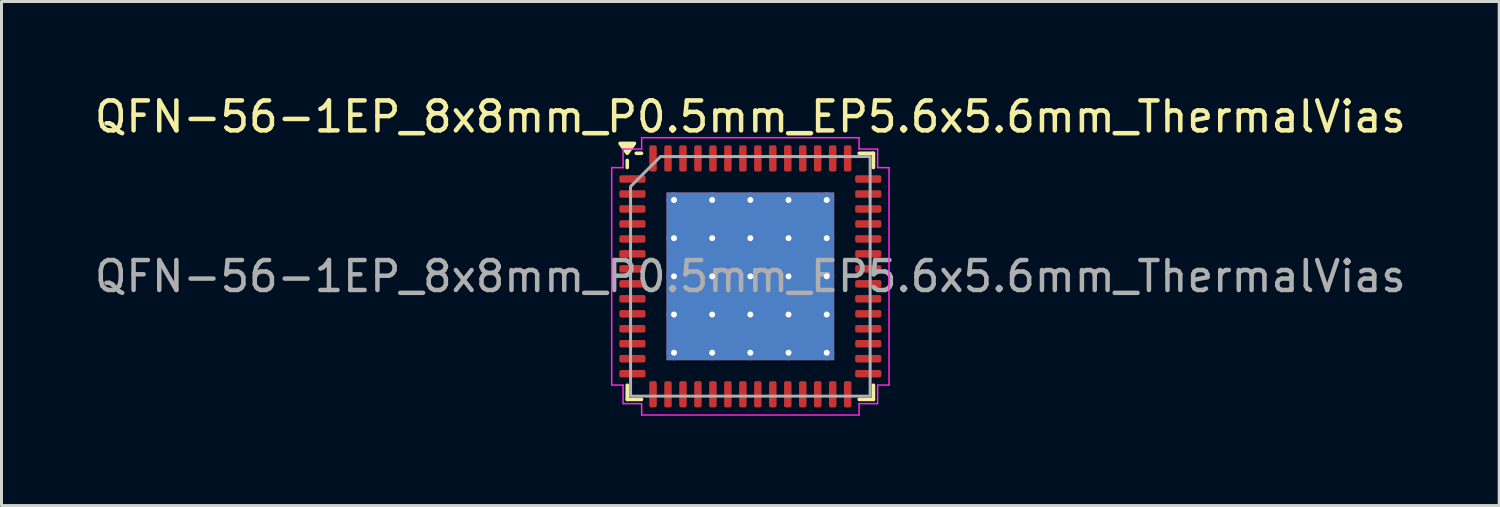
<source format=kicad_pcb>
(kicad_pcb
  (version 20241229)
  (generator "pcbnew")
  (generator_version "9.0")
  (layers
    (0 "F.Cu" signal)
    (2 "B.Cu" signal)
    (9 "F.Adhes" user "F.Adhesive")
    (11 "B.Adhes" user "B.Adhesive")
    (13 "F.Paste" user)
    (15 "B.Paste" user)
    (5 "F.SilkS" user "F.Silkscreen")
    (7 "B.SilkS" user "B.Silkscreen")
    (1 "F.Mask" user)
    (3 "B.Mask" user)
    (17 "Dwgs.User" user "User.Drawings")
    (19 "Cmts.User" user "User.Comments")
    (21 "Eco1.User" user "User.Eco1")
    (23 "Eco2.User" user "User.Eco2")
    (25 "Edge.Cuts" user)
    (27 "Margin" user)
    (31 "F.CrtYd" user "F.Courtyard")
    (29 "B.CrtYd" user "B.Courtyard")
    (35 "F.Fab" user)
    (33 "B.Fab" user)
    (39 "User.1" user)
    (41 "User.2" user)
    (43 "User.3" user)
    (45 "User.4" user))
  (footprint "QFN-56-1EP_8x8mm_P0.5mm_EP5.6x5.6mm_ThermalVias"
    (layer "F.Cu")
    (at 22.006 6.178)
    (property "Reference" "QFN-56-1EP_8x8mm_P0.5mm_EP5.6x5.6mm_ThermalVias" (at 0 -5.33 0) (layer "F.SilkS") (effects (font (size 1 1) (thickness 0.15))))
    (attr smd)
    (fp_line (start -4.11 -3.635) (end -4.11 -3.87) (stroke (width 0.12) (type solid)) (layer "F.SilkS"))
    (fp_line (start -4.11 4.11) (end -4.11 3.635) (stroke (width 0.12) (type solid)) (layer "F.SilkS"))
    (fp_line (start -3.635 -4.11) (end -3.81 -4.11) (stroke (width 0.12) (type solid)) (layer "F.SilkS"))
    (fp_line (start -3.635 4.11) (end -4.11 4.11) (stroke (width 0.12) (type solid)) (layer "F.SilkS"))
    (fp_line (start 3.635 -4.11) (end 4.11 -4.11) (stroke (width 0.12) (type solid)) (layer "F.SilkS"))
    (fp_line (start 3.635 4.11) (end 4.11 4.11) (stroke (width 0.12) (type solid)) (layer "F.SilkS"))
    (fp_line (start 4.11 -4.11) (end 4.11 -3.635) (stroke (width 0.12) (type solid)) (layer "F.SilkS"))
    (fp_line (start 4.11 4.11) (end 4.11 3.635) (stroke (width 0.12) (type solid)) (layer "F.SilkS"))
    (fp_poly (pts (xy -4.11 -4.11) (xy -4.35 -4.44) (xy -3.87 -4.44)) (stroke (width 0.12) (type solid)) (fill yes) (layer "F.SilkS"))
    (fp_line (start -4.63 -3.63) (end -4.25 -3.63) (stroke (width 0.05) (type solid)) (layer "F.CrtYd"))
    (fp_line (start -4.63 3.63) (end -4.63 -3.63) (stroke (width 0.05) (type solid)) (layer "F.CrtYd"))
    (fp_line (start -4.25 -4.25) (end -3.63 -4.25) (stroke (width 0.05) (type solid)) (layer "F.CrtYd"))
    (fp_line (start -4.25 -3.63) (end -4.25 -4.25) (stroke (width 0.05) (type solid)) (layer "F.CrtYd"))
    (fp_line (start -4.25 3.63) (end -4.63 3.63) (stroke (width 0.05) (type solid)) (layer "F.CrtYd"))
    (fp_line (start -4.25 4.25) (end -4.25 3.63) (stroke (width 0.05) (type solid)) (layer "F.CrtYd"))
    (fp_line (start -3.63 -4.63) (end 3.63 -4.63) (stroke (width 0.05) (type solid)) (layer "F.CrtYd"))
    (fp_line (start -3.63 -4.25) (end -3.63 -4.63) (stroke (width 0.05) (type solid)) (layer "F.CrtYd"))
    (fp_line (start -3.63 4.25) (end -4.25 4.25) (stroke (width 0.05) (type solid)) (layer "F.CrtYd"))
    (fp_line (start -3.63 4.63) (end -3.63 4.25) (stroke (width 0.05) (type solid)) (layer "F.CrtYd"))
    (fp_line (start 3.63 -4.63) (end 3.63 -4.25) (stroke (width 0.05) (type solid)) (layer "F.CrtYd"))
    (fp_line (start 3.63 -4.25) (end 4.25 -4.25) (stroke (width 0.05) (type solid)) (layer "F.CrtYd"))
    (fp_line (start 3.63 4.25) (end 3.63 4.63) (stroke (width 0.05) (type solid)) (layer "F.CrtYd"))
    (fp_line (start 3.63 4.63) (end -3.63 4.63) (stroke (width 0.05) (type solid)) (layer "F.CrtYd"))
    (fp_line (start 4.25 -4.25) (end 4.25 -3.63) (stroke (width 0.05) (type solid)) (layer "F.CrtYd"))
    (fp_line (start 4.25 -3.63) (end 4.63 -3.63) (stroke (width 0.05) (type solid)) (layer "F.CrtYd"))
    (fp_line (start 4.25 3.63) (end 4.25 4.25) (stroke (width 0.05) (type solid)) (layer "F.CrtYd"))
    (fp_line (start 4.25 4.25) (end 3.63 4.25) (stroke (width 0.05) (type solid)) (layer "F.CrtYd"))
    (fp_line (start 4.63 -3.63) (end 4.63 3.63) (stroke (width 0.05) (type solid)) (layer "F.CrtYd"))
    (fp_line (start 4.63 3.63) (end 4.25 3.63) (stroke (width 0.05) (type solid)) (layer "F.CrtYd"))
    (fp_poly (pts (xy -4 -3) (xy -4 4) (xy 4 4) (xy 4 -4) (xy -3 -4)) (stroke (width 0.1) (type solid)) (fill no) (layer "F.Fab"))
    (fp_text user "${REFERENCE}" (at 0 0 0) (layer "F.Fab") (effects (font (size 1 1) (thickness 0.15))))
    (pad "" smd roundrect (at -2.1 -2.1) (size 1.08 1.08) (layers "F.Paste") (roundrect_rratio 0.231))
    (pad "" smd roundrect (at -2.1 -0.7) (size 1.08 1.08) (layers "F.Paste") (roundrect_rratio 0.231))
    (pad "" smd roundrect (at -2.1 0.7) (size 1.08 1.08) (layers "F.Paste") (roundrect_rratio 0.231))
    (pad "" smd roundrect (at -2.1 2.1) (size 1.08 1.08) (layers "F.Paste") (roundrect_rratio 0.231))
    (pad "" smd roundrect (at -0.7 -2.1) (size 1.08 1.08) (layers "F.Paste") (roundrect_rratio 0.231))
    (pad "" smd roundrect (at -0.7 -0.7) (size 1.08 1.08) (layers "F.Paste") (roundrect_rratio 0.231))
    (pad "" smd roundrect (at -0.7 0.7) (size 1.08 1.08) (layers "F.Paste") (roundrect_rratio 0.231))
    (pad "" smd roundrect (at -0.7 2.1) (size 1.08 1.08) (layers "F.Paste") (roundrect_rratio 0.231))
    (pad "" smd roundrect (at 0.7 -2.1) (size 1.08 1.08) (layers "F.Paste") (roundrect_rratio 0.231))
    (pad "" smd roundrect (at 0.7 -0.7) (size 1.08 1.08) (layers "F.Paste") (roundrect_rratio 0.231))
    (pad "" smd roundrect (at 0.7 0.7) (size 1.08 1.08) (layers "F.Paste") (roundrect_rratio 0.231))
    (pad "" smd roundrect (at 0.7 2.1) (size 1.08 1.08) (layers "F.Paste") (roundrect_rratio 0.231))
    (pad "" smd roundrect (at 2.1 -2.1) (size 1.08 1.08) (layers "F.Paste") (roundrect_rratio 0.231))
    (pad "" smd roundrect (at 2.1 -0.7) (size 1.08 1.08) (layers "F.Paste") (roundrect_rratio 0.231))
    (pad "" smd roundrect (at 2.1 0.7) (size 1.08 1.08) (layers "F.Paste") (roundrect_rratio 0.231))
    (pad "" smd roundrect (at 2.1 2.1) (size 1.08 1.08) (layers "F.Paste") (roundrect_rratio 0.231))
    (pad "1" smd roundrect (at -3.938 -3.25) (size 0.875 0.25) (layers "F.Cu" "F.Mask" "F.Paste") (roundrect_rratio 0.25))
    (pad "2" smd roundrect (at -3.938 -2.75) (size 0.875 0.25) (layers "F.Cu" "F.Mask" "F.Paste") (roundrect_rratio 0.25))
    (pad "3" smd roundrect (at -3.938 -2.25) (size 0.875 0.25) (layers "F.Cu" "F.Mask" "F.Paste") (roundrect_rratio 0.25))
    (pad "4" smd roundrect (at -3.938 -1.75) (size 0.875 0.25) (layers "F.Cu" "F.Mask" "F.Paste") (roundrect_rratio 0.25))
    (pad "5" smd roundrect (at -3.938 -1.25) (size 0.875 0.25) (layers "F.Cu" "F.Mask" "F.Paste") (roundrect_rratio 0.25))
    (pad "6" smd roundrect (at -3.938 -0.75) (size 0.875 0.25) (layers "F.Cu" "F.Mask" "F.Paste") (roundrect_rratio 0.25))
    (pad "7" smd roundrect (at -3.938 -0.25) (size 0.875 0.25) (layers "F.Cu" "F.Mask" "F.Paste") (roundrect_rratio 0.25))
    (pad "8" smd roundrect (at -3.938 0.25) (size 0.875 0.25) (layers "F.Cu" "F.Mask" "F.Paste") (roundrect_rratio 0.25))
    (pad "9" smd roundrect (at -3.938 0.75) (size 0.875 0.25) (layers "F.Cu" "F.Mask" "F.Paste") (roundrect_rratio 0.25))
    (pad "10" smd roundrect (at -3.938 1.25) (size 0.875 0.25) (layers "F.Cu" "F.Mask" "F.Paste") (roundrect_rratio 0.25))
    (pad "11" smd roundrect (at -3.938 1.75) (size 0.875 0.25) (layers "F.Cu" "F.Mask" "F.Paste") (roundrect_rratio 0.25))
    (pad "12" smd roundrect (at -3.938 2.25) (size 0.875 0.25) (layers "F.Cu" "F.Mask" "F.Paste") (roundrect_rratio 0.25))
    (pad "13" smd roundrect (at -3.938 2.75) (size 0.875 0.25) (layers "F.Cu" "F.Mask" "F.Paste") (roundrect_rratio 0.25))
    (pad "14" smd roundrect (at -3.938 3.25) (size 0.875 0.25) (layers "F.Cu" "F.Mask" "F.Paste") (roundrect_rratio 0.25))
    (pad "15" smd roundrect (at -3.25 3.938) (size 0.25 0.875) (layers "F.Cu" "F.Mask" "F.Paste") (roundrect_rratio 0.25))
    (pad "16" smd roundrect (at -2.75 3.938) (size 0.25 0.875) (layers "F.Cu" "F.Mask" "F.Paste") (roundrect_rratio 0.25))
    (pad "17" smd roundrect (at -2.25 3.938) (size 0.25 0.875) (layers "F.Cu" "F.Mask" "F.Paste") (roundrect_rratio 0.25))
    (pad "18" smd roundrect (at -1.75 3.938) (size 0.25 0.875) (layers "F.Cu" "F.Mask" "F.Paste") (roundrect_rratio 0.25))
    (pad "19" smd roundrect (at -1.25 3.938) (size 0.25 0.875) (layers "F.Cu" "F.Mask" "F.Paste") (roundrect_rratio 0.25))
    (pad "20" smd roundrect (at -0.75 3.938) (size 0.25 0.875) (layers "F.Cu" "F.Mask" "F.Paste") (roundrect_rratio 0.25))
    (pad "21" smd roundrect (at -0.25 3.938) (size 0.25 0.875) (layers "F.Cu" "F.Mask" "F.Paste") (roundrect_rratio 0.25))
    (pad "22" smd roundrect (at 0.25 3.938) (size 0.25 0.875) (layers "F.Cu" "F.Mask" "F.Paste") (roundrect_rratio 0.25))
    (pad "23" smd roundrect (at 0.75 3.938) (size 0.25 0.875) (layers "F.Cu" "F.Mask" "F.Paste") (roundrect_rratio 0.25))
    (pad "24" smd roundrect (at 1.25 3.938) (size 0.25 0.875) (layers "F.Cu" "F.Mask" "F.Paste") (roundrect_rratio 0.25))
    (pad "25" smd roundrect (at 1.75 3.938) (size 0.25 0.875) (layers "F.Cu" "F.Mask" "F.Paste") (roundrect_rratio 0.25))
    (pad "26" smd roundrect (at 2.25 3.938) (size 0.25 0.875) (layers "F.Cu" "F.Mask" "F.Paste") (roundrect_rratio 0.25))
    (pad "27" smd roundrect (at 2.75 3.938) (size 0.25 0.875) (layers "F.Cu" "F.Mask" "F.Paste") (roundrect_rratio 0.25))
    (pad "28" smd roundrect (at 3.25 3.938) (size 0.25 0.875) (layers "F.Cu" "F.Mask" "F.Paste") (roundrect_rratio 0.25))
    (pad "29" smd roundrect (at 3.938 3.25) (size 0.875 0.25) (layers "F.Cu" "F.Mask" "F.Paste") (roundrect_rratio 0.25))
    (pad "30" smd roundrect (at 3.938 2.75) (size 0.875 0.25) (layers "F.Cu" "F.Mask" "F.Paste") (roundrect_rratio 0.25))
    (pad "31" smd roundrect (at 3.938 2.25) (size 0.875 0.25) (layers "F.Cu" "F.Mask" "F.Paste") (roundrect_rratio 0.25))
    (pad "32" smd roundrect (at 3.938 1.75) (size 0.875 0.25) (layers "F.Cu" "F.Mask" "F.Paste") (roundrect_rratio 0.25))
    (pad "33" smd roundrect (at 3.938 1.25) (size 0.875 0.25) (layers "F.Cu" "F.Mask" "F.Paste") (roundrect_rratio 0.25))
    (pad "34" smd roundrect (at 3.938 0.75) (size 0.875 0.25) (layers "F.Cu" "F.Mask" "F.Paste") (roundrect_rratio 0.25))
    (pad "35" smd roundrect (at 3.938 0.25) (size 0.875 0.25) (layers "F.Cu" "F.Mask" "F.Paste") (roundrect_rratio 0.25))
    (pad "36" smd roundrect (at 3.938 -0.25) (size 0.875 0.25) (layers "F.Cu" "F.Mask" "F.Paste") (roundrect_rratio 0.25))
    (pad "37" smd roundrect (at 3.938 -0.75) (size 0.875 0.25) (layers "F.Cu" "F.Mask" "F.Paste") (roundrect_rratio 0.25))
    (pad "38" smd roundrect (at 3.938 -1.25) (size 0.875 0.25) (layers "F.Cu" "F.Mask" "F.Paste") (roundrect_rratio 0.25))
    (pad "39" smd roundrect (at 3.938 -1.75) (size 0.875 0.25) (layers "F.Cu" "F.Mask" "F.Paste") (roundrect_rratio 0.25))
    (pad "40" smd roundrect (at 3.938 -2.25) (size 0.875 0.25) (layers "F.Cu" "F.Mask" "F.Paste") (roundrect_rratio 0.25))
    (pad "41" smd roundrect (at 3.938 -2.75) (size 0.875 0.25) (layers "F.Cu" "F.Mask" "F.Paste") (roundrect_rratio 0.25))
    (pad "42" smd roundrect (at 3.938 -3.25) (size 0.875 0.25) (layers "F.Cu" "F.Mask" "F.Paste") (roundrect_rratio 0.25))
    (pad "43" smd roundrect (at 3.25 -3.938) (size 0.25 0.875) (layers "F.Cu" "F.Mask" "F.Paste") (roundrect_rratio 0.25))
    (pad "44" smd roundrect (at 2.75 -3.938) (size 0.25 0.875) (layers "F.Cu" "F.Mask" "F.Paste") (roundrect_rratio 0.25))
    (pad "45" smd roundrect (at 2.25 -3.938) (size 0.25 0.875) (layers "F.Cu" "F.Mask" "F.Paste") (roundrect_rratio 0.25))
    (pad "46" smd roundrect (at 1.75 -3.938) (size 0.25 0.875) (layers "F.Cu" "F.Mask" "F.Paste") (roundrect_rratio 0.25))
    (pad "47" smd roundrect (at 1.25 -3.938) (size 0.25 0.875) (layers "F.Cu" "F.Mask" "F.Paste") (roundrect_rratio 0.25))
    (pad "48" smd roundrect (at 0.75 -3.938) (size 0.25 0.875) (layers "F.Cu" "F.Mask" "F.Paste") (roundrect_rratio 0.25))
    (pad "49" smd roundrect (at 0.25 -3.938) (size 0.25 0.875) (layers "F.Cu" "F.Mask" "F.Paste") (roundrect_rratio 0.25))
    (pad "50" smd roundrect (at -0.25 -3.938) (size 0.25 0.875) (layers "F.Cu" "F.Mask" "F.Paste") (roundrect_rratio 0.25))
    (pad "51" smd roundrect (at -0.75 -3.938) (size 0.25 0.875) (layers "F.Cu" "F.Mask" "F.Paste") (roundrect_rratio 0.25))
    (pad "52" smd roundrect (at -1.25 -3.938) (size 0.25 0.875) (layers "F.Cu" "F.Mask" "F.Paste") (roundrect_rratio 0.25))
    (pad "53" smd roundrect (at -1.75 -3.938) (size 0.25 0.875) (layers "F.Cu" "F.Mask" "F.Paste") (roundrect_rratio 0.25))
    (pad "54" smd roundrect (at -2.25 -3.938) (size 0.25 0.875) (layers "F.Cu" "F.Mask" "F.Paste") (roundrect_rratio 0.25))
    (pad "55" smd roundrect (at -2.75 -3.938) (size 0.25 0.875) (layers "F.Cu" "F.Mask" "F.Paste") (roundrect_rratio 0.25))
    (pad "56" smd roundrect (at -3.25 -3.938) (size 0.25 0.875) (layers "F.Cu" "F.Mask" "F.Paste") (roundrect_rratio 0.25))
    (pad "57" thru_hole circle (at -2.55 -2.55) (size 0.5 0.5) (drill 0.2) (property pad_prop_heatsink) (layers "*.Cu"))
    (pad "57" thru_hole circle (at -2.55 -1.275) (size 0.5 0.5) (drill 0.2) (property pad_prop_heatsink) (layers "*.Cu"))
    (pad "57" thru_hole circle (at -2.55 0) (size 0.5 0.5) (drill 0.2) (property pad_prop_heatsink) (layers "*.Cu"))
    (pad "57" thru_hole circle (at -2.55 1.275) (size 0.5 0.5) (drill 0.2) (property pad_prop_heatsink) (layers "*.Cu"))
    (pad "57" thru_hole circle (at -2.55 2.55) (size 0.5 0.5) (drill 0.2) (property pad_prop_heatsink) (layers "*.Cu"))
    (pad "57" thru_hole circle (at -1.275 -2.55) (size 0.5 0.5) (drill 0.2) (property pad_prop_heatsink) (layers "*.Cu"))
    (pad "57" thru_hole circle (at -1.275 -1.275) (size 0.5 0.5) (drill 0.2) (property pad_prop_heatsink) (layers "*.Cu"))
    (pad "57" thru_hole circle (at -1.275 0) (size 0.5 0.5) (drill 0.2) (property pad_prop_heatsink) (layers "*.Cu"))
    (pad "57" thru_hole circle (at -1.275 1.275) (size 0.5 0.5) (drill 0.2) (property pad_prop_heatsink) (layers "*.Cu"))
    (pad "57" thru_hole circle (at -1.275 2.55) (size 0.5 0.5) (drill 0.2) (property pad_prop_heatsink) (layers "*.Cu"))
    (pad "57" thru_hole circle (at 0 -2.55) (size 0.5 0.5) (drill 0.2) (property pad_prop_heatsink) (layers "*.Cu"))
    (pad "57" thru_hole circle (at 0 -1.275) (size 0.5 0.5) (drill 0.2) (property pad_prop_heatsink) (layers "*.Cu"))
    (pad "57" thru_hole circle (at 0 0) (size 0.5 0.5) (drill 0.2) (property pad_prop_heatsink) (layers "*.Cu"))
    (pad "57" smd rect (at 0 0) (size 5.6 5.6) (property pad_prop_heatsink) (layers "F.Cu" "F.Mask"))
    (pad "57" smd rect (at 0 0) (size 5.6 5.6) (property pad_prop_heatsink) (layers "B.Cu"))
    (pad "57" thru_hole circle (at 0 1.275) (size 0.5 0.5) (drill 0.2) (property pad_prop_heatsink) (layers "*.Cu"))
    (pad "57" thru_hole circle (at 0 2.55) (size 0.5 0.5) (drill 0.2) (property pad_prop_heatsink) (layers "*.Cu"))
    (pad "57" thru_hole circle (at 1.275 -2.55) (size 0.5 0.5) (drill 0.2) (property pad_prop_heatsink) (layers "*.Cu"))
    (pad "57" thru_hole circle (at 1.275 -1.275) (size 0.5 0.5) (drill 0.2) (property pad_prop_heatsink) (layers "*.Cu"))
    (pad "57" thru_hole circle (at 1.275 0) (size 0.5 0.5) (drill 0.2) (property pad_prop_heatsink) (layers "*.Cu"))
    (pad "57" thru_hole circle (at 1.275 1.275) (size 0.5 0.5) (drill 0.2) (property pad_prop_heatsink) (layers "*.Cu"))
    (pad "57" thru_hole circle (at 1.275 2.55) (size 0.5 0.5) (drill 0.2) (property pad_prop_heatsink) (layers "*.Cu"))
    (pad "57" thru_hole circle (at 2.55 -2.55) (size 0.5 0.5) (drill 0.2) (property pad_prop_heatsink) (layers "*.Cu"))
    (pad "57" thru_hole circle (at 2.55 -1.275) (size 0.5 0.5) (drill 0.2) (property pad_prop_heatsink) (layers "*.Cu"))
    (pad "57" thru_hole circle (at 2.55 0) (size 0.5 0.5) (drill 0.2) (property pad_prop_heatsink) (layers "*.Cu"))
    (pad "57" thru_hole circle (at 2.55 1.275) (size 0.5 0.5) (drill 0.2) (property pad_prop_heatsink) (layers "*.Cu"))
    (pad "57" thru_hole circle (at 2.55 2.55) (size 0.5 0.5) (drill 0.2) (property pad_prop_heatsink) (layers "*.Cu")))
  (gr_rect
    (start -3 -3)
    (end 47.012 13.833)
    (stroke (width 0.1) (type default))
    (fill no)
    (layer "Edge.Cuts")))
</source>
